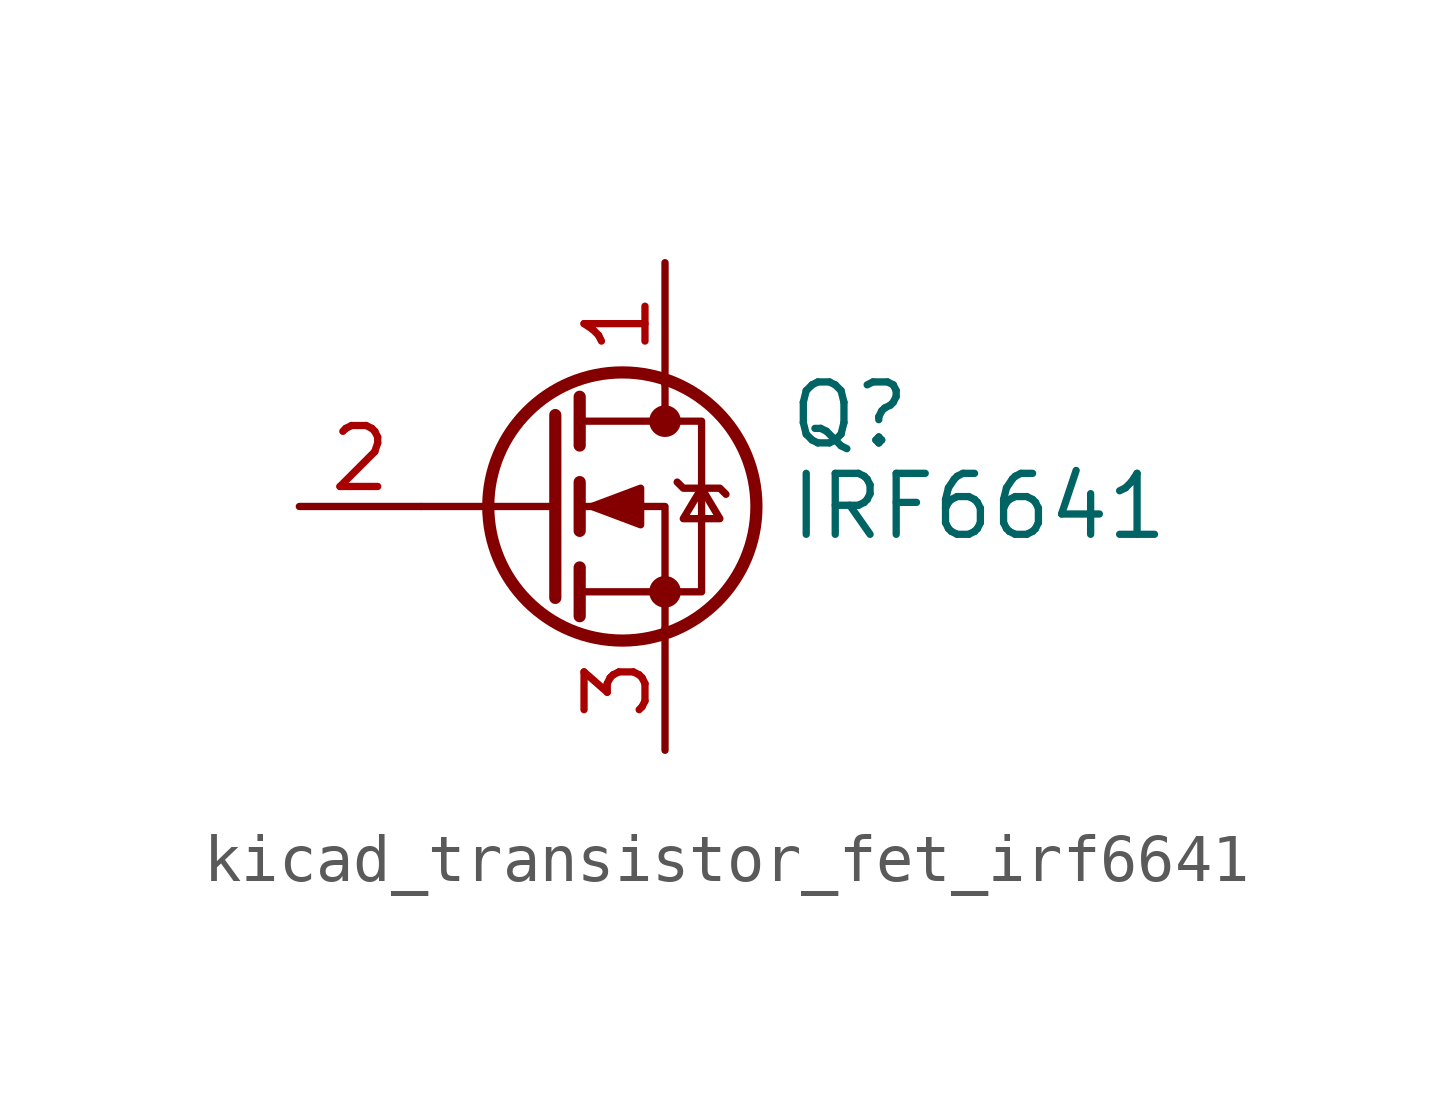
<source format=kicad_sym>
(kicad_symbol_lib
  (version 20220914)
  (generator kicad_symbol_editor)
  (symbol "kicad_transistor_fet_irf6641"
    (pin_names hide)
    (property "Reference" "Q"
      (at 5.08 1.905 0)
      (effects (font (size 1.27 1.27)) (justify left)))
    (property "Value" "IRF6641"
      (at 5.08 0 0)
      (effects (font (size 1.27 1.27)) (justify left)))
    (symbol "kicad_transistor_fet_irf6641_0_1"
      (polyline (pts (xy 0.254 0) (xy -2.54 0)) (stroke (width 0) (type default)) (fill (type none)))
      (polyline (pts (xy 0.254 1.905) (xy 0.254 -1.905)) (stroke (width 0.254) (type default)) (fill (type none)))
      (polyline (pts (xy 0.762 -1.27) (xy 0.762 -2.286)) (stroke (width 0.254) (type default)) (fill (type none)))
      (polyline (pts (xy 0.762 0.508) (xy 0.762 -0.508)) (stroke (width 0.254) (type default)) (fill (type none)))
      (polyline (pts (xy 0.762 2.286) (xy 0.762 1.27)) (stroke (width 0.254) (type default)) (fill (type none)))
      (polyline (pts (xy 2.54 2.54) (xy 2.54 1.778)) (stroke (width 0) (type default)) (fill (type none)))
      (polyline (pts (xy 2.54 -2.54) (xy 2.54 0) (xy 0.762 0)) (stroke (width 0) (type default)) (fill (type none)))
      (polyline (pts (xy 0.762 -1.778) (xy 3.302 -1.778) (xy 3.302 1.778) (xy 0.762 1.778)) (stroke (width 0) (type default)) (fill (type none)))
      (polyline (pts (xy 1.016 0) (xy 2.032 0.381) (xy 2.032 -0.381) (xy 1.016 0)) (stroke (width 0) (type default)) (fill (type outline)))
      (polyline (pts (xy 2.794 0.508) (xy 2.921 0.381) (xy 3.683 0.381) (xy 3.81 0.254)) (stroke (width 0) (type default)) (fill (type none)))
      (polyline (pts (xy 3.302 0.381) (xy 2.921 -0.254) (xy 3.683 -0.254) (xy 3.302 0.381)) (stroke (width 0) (type default)) (fill (type none)))
      (circle (center 1.651 0) (radius 2.794) (stroke (width 0.254) (type default)) (fill (type none)))
      (circle (center 2.54 -1.778) (radius 0.254) (stroke (width 0) (type default)) (fill (type outline)))
      (circle (center 2.54 1.778) (radius 0.254) (stroke (width 0) (type default)) (fill (type outline))))
    (symbol "kicad_transistor_fet_irf6641_1_1"
      (pin passive line (at 2.54 5.08 270) (length 2.54) (name "D" (effects (font (size 1.27 1.27)))) (number "1" (effects (font (size 1.27 1.27)))))
      (pin input line (at -5.08 0 0) (length 2.54) (name "G" (effects (font (size 1.27 1.27)))) (number "2" (effects (font (size 1.27 1.27)))))
      (pin passive line (at 2.54 -5.08 90) (length 2.54) (name "S" (effects (font (size 1.27 1.27)))) (number "3" (effects (font (size 1.27 1.27))))))))
</source>
